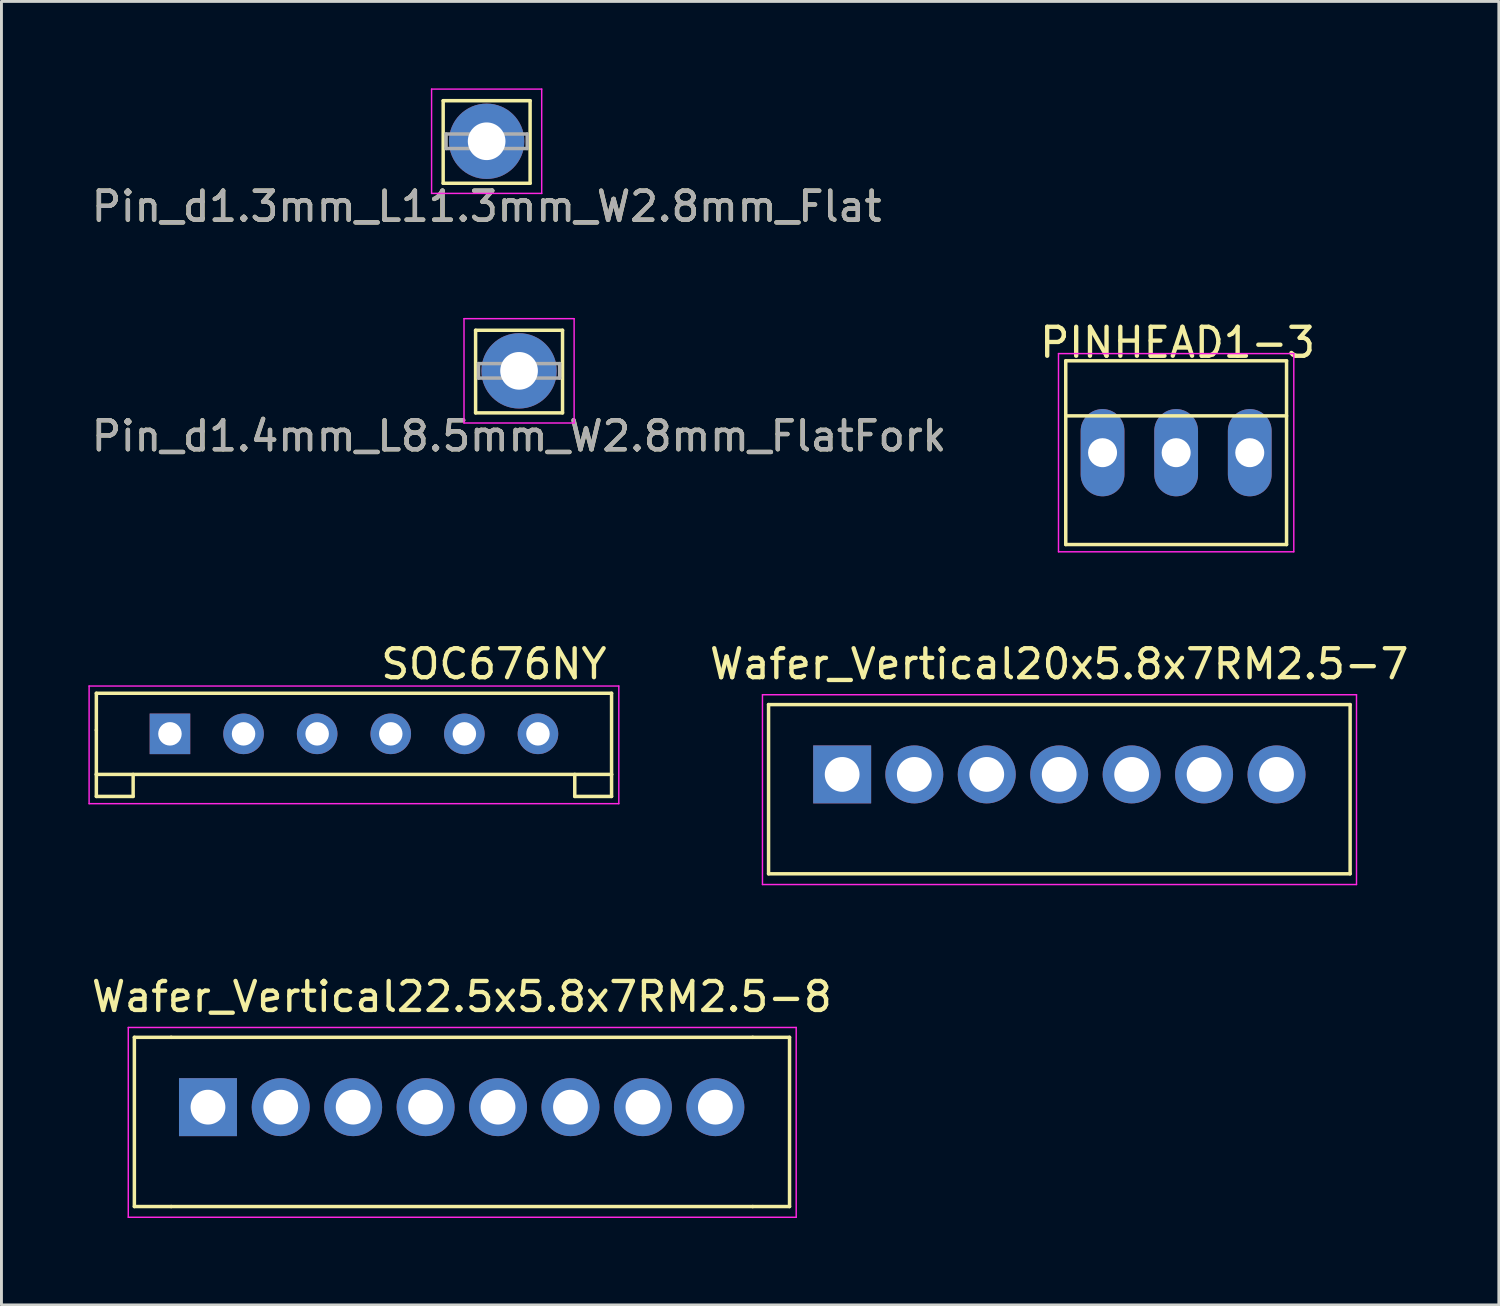
<source format=kicad_pcb>
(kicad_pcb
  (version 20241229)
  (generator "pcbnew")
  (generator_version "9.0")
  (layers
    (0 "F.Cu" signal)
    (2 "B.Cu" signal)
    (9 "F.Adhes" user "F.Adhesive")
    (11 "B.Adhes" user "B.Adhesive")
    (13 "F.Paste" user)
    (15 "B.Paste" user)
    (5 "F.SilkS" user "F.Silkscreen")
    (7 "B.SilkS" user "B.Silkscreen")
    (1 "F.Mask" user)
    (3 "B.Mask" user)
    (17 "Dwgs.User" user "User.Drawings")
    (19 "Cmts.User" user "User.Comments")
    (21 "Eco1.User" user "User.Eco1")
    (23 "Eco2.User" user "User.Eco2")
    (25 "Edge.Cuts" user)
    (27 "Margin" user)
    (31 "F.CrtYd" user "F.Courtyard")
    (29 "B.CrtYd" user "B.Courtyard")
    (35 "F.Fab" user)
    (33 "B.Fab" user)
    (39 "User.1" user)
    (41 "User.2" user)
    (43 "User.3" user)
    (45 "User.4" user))
  (footprint "Pin_d1.4mm_L8.5mm_W2.8mm_FlatFork"
    (layer "F.Cu")
    (at 14.863 9.748)
    (property "Reference" "Pin_d1.4mm_L8.5mm_W2.8mm_FlatFork" (at 0 2.25 0) (layer "F.SilkS") (effects (font (size 1 1) (thickness 0.15))))
    (attr through_hole)
    (fp_line (start -1.5 -1.4) (end -1.5 1.45) (stroke (width 0.12) (type solid)) (layer "F.SilkS"))
    (fp_line (start -1.5 -1.4) (end 1.5 -1.4) (stroke (width 0.12) (type solid)) (layer "F.SilkS"))
    (fp_line (start -1.5 1.45) (end 1.5 1.45) (stroke (width 0.12) (type solid)) (layer "F.SilkS"))
    (fp_line (start 1.5 -1.4) (end 1.5 1.45) (stroke (width 0.12) (type solid)) (layer "F.SilkS"))
    (fp_line (start -1.9 -1.8) (end -1.9 1.8) (stroke (width 0.05) (type solid)) (layer "F.CrtYd"))
    (fp_line (start -1.9 -1.8) (end 1.9 -1.8) (stroke (width 0.05) (type solid)) (layer "F.CrtYd"))
    (fp_line (start 1.9 1.8) (end -1.9 1.8) (stroke (width 0.05) (type solid)) (layer "F.CrtYd"))
    (fp_line (start 1.9 1.8) (end 1.9 -1.8) (stroke (width 0.05) (type solid)) (layer "F.CrtYd"))
    (fp_line (start -1.4 -0.25) (end 1.4 -0.25) (stroke (width 0.12) (type solid)) (layer "F.Fab"))
    (fp_line (start -1.4 0.25) (end -1.4 -0.25) (stroke (width 0.12) (type solid)) (layer "F.Fab"))
    (fp_line (start 1.4 -0.25) (end 1.4 0.25) (stroke (width 0.12) (type solid)) (layer "F.Fab"))
    (fp_line (start 1.4 0.25) (end -1.4 0.25) (stroke (width 0.12) (type solid)) (layer "F.Fab"))
    (fp_text user "${REFERENCE}" (at 0 2.25 0) (layer "F.Fab") (effects (font (size 1 1) (thickness 0.15))))
    (pad "1" thru_hole circle (at 0 0) (size 2.6 2.6) (drill 1.3) (layers "*.Cu" "*.Mask")))
  (footprint "PINHEAD1-3"
    (layer "F.Cu")
    (at 34.999 12.572)
    (property "Reference" "PINHEAD1-3" (at 2.59 -3.8 0) (layer "F.SilkS") (effects (font (size 1 1) (thickness 0.15))))
    (attr through_hole)
    (fp_line (start -1.27 -3.17) (end -1.27 3.17) (stroke (width 0.12) (type solid)) (layer "F.SilkS"))
    (fp_line (start -1.27 -3.17) (end 6.35 -3.17) (stroke (width 0.12) (type solid)) (layer "F.SilkS"))
    (fp_line (start 6.35 -3.17) (end 6.35 3.17) (stroke (width 0.12) (type solid)) (layer "F.SilkS"))
    (fp_line (start 6.35 -1.27) (end -1.27 -1.27) (stroke (width 0.12) (type solid)) (layer "F.SilkS"))
    (fp_line (start 6.35 3.17) (end -1.27 3.17) (stroke (width 0.12) (type solid)) (layer "F.SilkS"))
    (fp_line (start -1.52 -3.42) (end -1.52 3.42) (stroke (width 0.05) (type solid)) (layer "F.CrtYd"))
    (fp_line (start -1.52 -3.42) (end 6.6 -3.42) (stroke (width 0.05) (type solid)) (layer "F.CrtYd"))
    (fp_line (start 6.6 3.42) (end -1.52 3.42) (stroke (width 0.05) (type solid)) (layer "F.CrtYd"))
    (fp_line (start 6.6 3.42) (end 6.6 -3.42) (stroke (width 0.05) (type solid)) (layer "F.CrtYd"))
    (pad "1" thru_hole oval (at 0 0) (size 1.51 3.01) (drill 1) (layers "*.Cu" "*.Mask"))
    (pad "2" thru_hole oval (at 2.54 0) (size 1.51 3.01) (drill 1) (layers "*.Cu" "*.Mask"))
    (pad "3" thru_hole oval (at 5.08 0) (size 1.51 3.01) (drill 1) (layers "*.Cu" "*.Mask")))
  (footprint "Pin_d1.3mm_L11.3mm_W2.8mm_Flat"
    (layer "F.Cu")
    (at 13.744 1.825)
    (property "Reference" "Pin_d1.3mm_L11.3mm_W2.8mm_Flat" (at 0 2.25 0) (layer "F.SilkS") (effects (font (size 1 1) (thickness 0.15))))
    (attr through_hole)
    (fp_line (start -1.5 -1.4) (end -1.5 1.45) (stroke (width 0.12) (type solid)) (layer "F.SilkS"))
    (fp_line (start -1.5 -1.4) (end 1.5 -1.4) (stroke (width 0.12) (type solid)) (layer "F.SilkS"))
    (fp_line (start -1.5 1.45) (end 1.5 1.45) (stroke (width 0.12) (type solid)) (layer "F.SilkS"))
    (fp_line (start 1.5 -1.4) (end 1.5 1.45) (stroke (width 0.12) (type solid)) (layer "F.SilkS"))
    (fp_line (start -1.9 -1.8) (end -1.9 1.8) (stroke (width 0.05) (type solid)) (layer "F.CrtYd"))
    (fp_line (start -1.9 -1.8) (end 1.9 -1.8) (stroke (width 0.05) (type solid)) (layer "F.CrtYd"))
    (fp_line (start 1.9 1.8) (end -1.9 1.8) (stroke (width 0.05) (type solid)) (layer "F.CrtYd"))
    (fp_line (start 1.9 1.8) (end 1.9 -1.8) (stroke (width 0.05) (type solid)) (layer "F.CrtYd"))
    (fp_line (start -1.4 -0.25) (end 1.4 -0.25) (stroke (width 0.12) (type solid)) (layer "F.Fab"))
    (fp_line (start -1.4 0.25) (end -1.4 -0.25) (stroke (width 0.12) (type solid)) (layer "F.Fab"))
    (fp_line (start 1.4 -0.25) (end 1.4 0.25) (stroke (width 0.12) (type solid)) (layer "F.Fab"))
    (fp_line (start 1.4 0.25) (end -1.4 0.25) (stroke (width 0.12) (type solid)) (layer "F.Fab"))
    (fp_text user "${REFERENCE}" (at 0 2.25 0) (layer "F.Fab") (effects (font (size 1 1) (thickness 0.15))))
    (pad "1" thru_hole circle (at 0 0) (size 2.6 2.6) (drill 1.3) (layers "*.Cu" "*.Mask")))
  (footprint "Wafer_Vertical20x5.8x7RM2.5-7"
    (layer "F.Cu")
    (at 26.013 23.675)
    (property "Reference" "Wafer_Vertical20x5.8x7RM2.5-7" (at 7.49 -3.81 0) (layer "F.SilkS") (effects (font (size 1 1) (thickness 0.15))))
    (attr through_hole)
    (fp_line (start -2.54 -2.41) (end -2.54 3.43) (stroke (width 0.12) (type solid)) (layer "F.SilkS"))
    (fp_line (start -2.54 3.43) (end 17.53 3.43) (stroke (width 0.12) (type solid)) (layer "F.SilkS"))
    (fp_line (start 17.53 -2.41) (end -2.54 -2.41) (stroke (width 0.12) (type solid)) (layer "F.SilkS"))
    (fp_line (start 17.53 3.43) (end 17.53 -2.41) (stroke (width 0.12) (type solid)) (layer "F.SilkS"))
    (fp_line (start -2.75 -2.75) (end 17.75 -2.75) (stroke (width 0.05) (type solid)) (layer "F.CrtYd"))
    (fp_line (start -2.75 3.8) (end -2.75 -2.75) (stroke (width 0.05) (type solid)) (layer "F.CrtYd"))
    (fp_line (start 17.75 -2.75) (end 17.75 3.8) (stroke (width 0.05) (type solid)) (layer "F.CrtYd"))
    (fp_line (start 17.75 3.8) (end -2.75 3.8) (stroke (width 0.05) (type solid)) (layer "F.CrtYd"))
    (pad "1" thru_hole rect (at 0 0) (size 2 2) (drill 1.2) (layers "*.Cu" "*.Mask"))
    (pad "2" thru_hole circle (at 2.49 0) (size 2 2) (drill 1.2) (layers "*.Cu" "*.Mask"))
    (pad "3" thru_hole circle (at 4.99 0) (size 2 2) (drill 1.2) (layers "*.Cu" "*.Mask"))
    (pad "4" thru_hole circle (at 7.49 0) (size 2 2) (drill 1.2) (layers "*.Cu" "*.Mask"))
    (pad "5" thru_hole circle (at 9.99 0) (size 2 2) (drill 1.2) (layers "*.Cu" "*.Mask"))
    (pad "6" thru_hole circle (at 12.49 0) (size 2 2) (drill 1.2) (layers "*.Cu" "*.Mask"))
    (pad "7" thru_hole circle (at 14.99 0) (size 2 2) (drill 1.2) (layers "*.Cu" "*.Mask")))
  (footprint "SOC676NY"
    (layer "F.Cu")
    (at 2.815 22.275)
    (property "Reference" "SOC676NY" (at 11.18 -2.41 0) (layer "F.SilkS") (effects (font (size 1 1) (thickness 0.15))))
    (attr through_hole)
    (fp_line (start -2.54 -1.4) (end -2.54 -0.13) (stroke (width 0.12) (type solid)) (layer "F.SilkS"))
    (fp_line (start -2.54 -0.13) (end -2.54 1.4) (stroke (width 0.12) (type solid)) (layer "F.SilkS"))
    (fp_line (start -2.54 1.4) (end -2.54 2.16) (stroke (width 0.12) (type solid)) (layer "F.SilkS"))
    (fp_line (start -2.54 1.4) (end 15.24 1.4) (stroke (width 0.12) (type solid)) (layer "F.SilkS"))
    (fp_line (start -2.54 2.16) (end -1.27 2.16) (stroke (width 0.12) (type solid)) (layer "F.SilkS"))
    (fp_line (start -1.27 2.16) (end -1.27 1.4) (stroke (width 0.12) (type solid)) (layer "F.SilkS"))
    (fp_line (start 13.97 1.4) (end 13.97 2.16) (stroke (width 0.12) (type solid)) (layer "F.SilkS"))
    (fp_line (start 13.97 2.16) (end 15.24 2.16) (stroke (width 0.12) (type solid)) (layer "F.SilkS"))
    (fp_line (start 15.24 -1.4) (end -2.54 -1.4) (stroke (width 0.12) (type solid)) (layer "F.SilkS"))
    (fp_line (start 15.24 1.4) (end 15.24 -1.4) (stroke (width 0.12) (type solid)) (layer "F.SilkS"))
    (fp_line (start 15.24 2.16) (end 15.24 1.4) (stroke (width 0.12) (type solid)) (layer "F.SilkS"))
    (fp_line (start -2.79 -1.65) (end -2.79 2.41) (stroke (width 0.05) (type solid)) (layer "F.CrtYd"))
    (fp_line (start -2.79 -1.65) (end 15.49 -1.65) (stroke (width 0.05) (type solid)) (layer "F.CrtYd"))
    (fp_line (start 15.49 2.41) (end -2.79 2.41) (stroke (width 0.05) (type solid)) (layer "F.CrtYd"))
    (fp_line (start 15.49 2.41) (end 15.49 -1.65) (stroke (width 0.05) (type solid)) (layer "F.CrtYd"))
    (pad "1" thru_hole rect (at 0 0) (size 1.4 1.4) (drill 0.81) (layers "*.Cu" "*.Mask"))
    (pad "2" thru_hole circle (at 2.54 0) (size 1.4 1.4) (drill 0.81) (layers "*.Cu" "*.Mask"))
    (pad "3" thru_hole circle (at 5.08 0) (size 1.4 1.4) (drill 0.81) (layers "*.Cu" "*.Mask"))
    (pad "4" thru_hole circle (at 7.62 0) (size 1.4 1.4) (drill 0.81) (layers "*.Cu" "*.Mask"))
    (pad "5" thru_hole circle (at 10.16 0) (size 1.4 1.4) (drill 0.81) (layers "*.Cu" "*.Mask"))
    (pad "6" thru_hole circle (at 12.7 0) (size 1.4 1.4) (drill 0.81) (layers "*.Cu" "*.Mask")))
  (footprint "Wafer_Vertical22.5x5.8x7RM2.5-8"
    (layer "F.Cu")
    (at 4.127 35.158)
    (property "Reference" "Wafer_Vertical22.5x5.8x7RM2.5-8" (at 8.76 -3.81 0) (layer "F.SilkS") (effects (font (size 1 1) (thickness 0.15))))
    (attr through_hole)
    (fp_line (start -2.54 -2.41) (end -2.54 3.43) (stroke (width 0.12) (type solid)) (layer "F.SilkS"))
    (fp_line (start -2.54 3.43) (end -1.27 3.43) (stroke (width 0.12) (type solid)) (layer "F.SilkS"))
    (fp_line (start -1.27 -2.41) (end -2.54 -2.41) (stroke (width 0.12) (type solid)) (layer "F.SilkS"))
    (fp_line (start -1.27 3.43) (end 18.8 3.43) (stroke (width 0.12) (type solid)) (layer "F.SilkS"))
    (fp_line (start 18.8 -2.41) (end -1.27 -2.41) (stroke (width 0.12) (type solid)) (layer "F.SilkS"))
    (fp_line (start 18.8 -2.41) (end 20.07 -2.41) (stroke (width 0.12) (type solid)) (layer "F.SilkS"))
    (fp_line (start 18.8 3.43) (end 20.07 3.43) (stroke (width 0.12) (type solid)) (layer "F.SilkS"))
    (fp_line (start 20.07 -2.41) (end 20.07 3.43) (stroke (width 0.12) (type solid)) (layer "F.SilkS"))
    (fp_line (start -2.75 -2.75) (end 20.3 -2.75) (stroke (width 0.05) (type solid)) (layer "F.CrtYd"))
    (fp_line (start -2.75 3.8) (end -2.75 -2.75) (stroke (width 0.05) (type solid)) (layer "F.CrtYd"))
    (fp_line (start 20.3 -2.75) (end 20.3 3.8) (stroke (width 0.05) (type solid)) (layer "F.CrtYd"))
    (fp_line (start 20.3 3.8) (end -2.75 3.8) (stroke (width 0.05) (type solid)) (layer "F.CrtYd"))
    (pad "1" thru_hole rect (at 0 0) (size 2 2) (drill 1.2) (layers "*.Cu" "*.Mask"))
    (pad "2" thru_hole circle (at 2.51 0) (size 2 2) (drill 1.2) (layers "*.Cu" "*.Mask"))
    (pad "3" thru_hole circle (at 5.01 0) (size 2 2) (drill 1.2) (layers "*.Cu" "*.Mask"))
    (pad "4" thru_hole circle (at 7.51 0) (size 2 2) (drill 1.2) (layers "*.Cu" "*.Mask"))
    (pad "5" thru_hole circle (at 10.01 0) (size 2 2) (drill 1.2) (layers "*.Cu" "*.Mask"))
    (pad "6" thru_hole circle (at 12.51 0) (size 2 2) (drill 1.2) (layers "*.Cu" "*.Mask"))
    (pad "7" thru_hole circle (at 15.01 0) (size 2 2) (drill 1.2) (layers "*.Cu" "*.Mask"))
    (pad "8" thru_hole circle (at 17.51 0) (size 2 2) (drill 1.2) (layers "*.Cu" "*.Mask")))
  (gr_rect
    (start -3 -3)
    (end 48.675 41.983)
    (stroke (width 0.1) (type default))
    (fill no)
    (layer "Edge.Cuts")))
</source>
